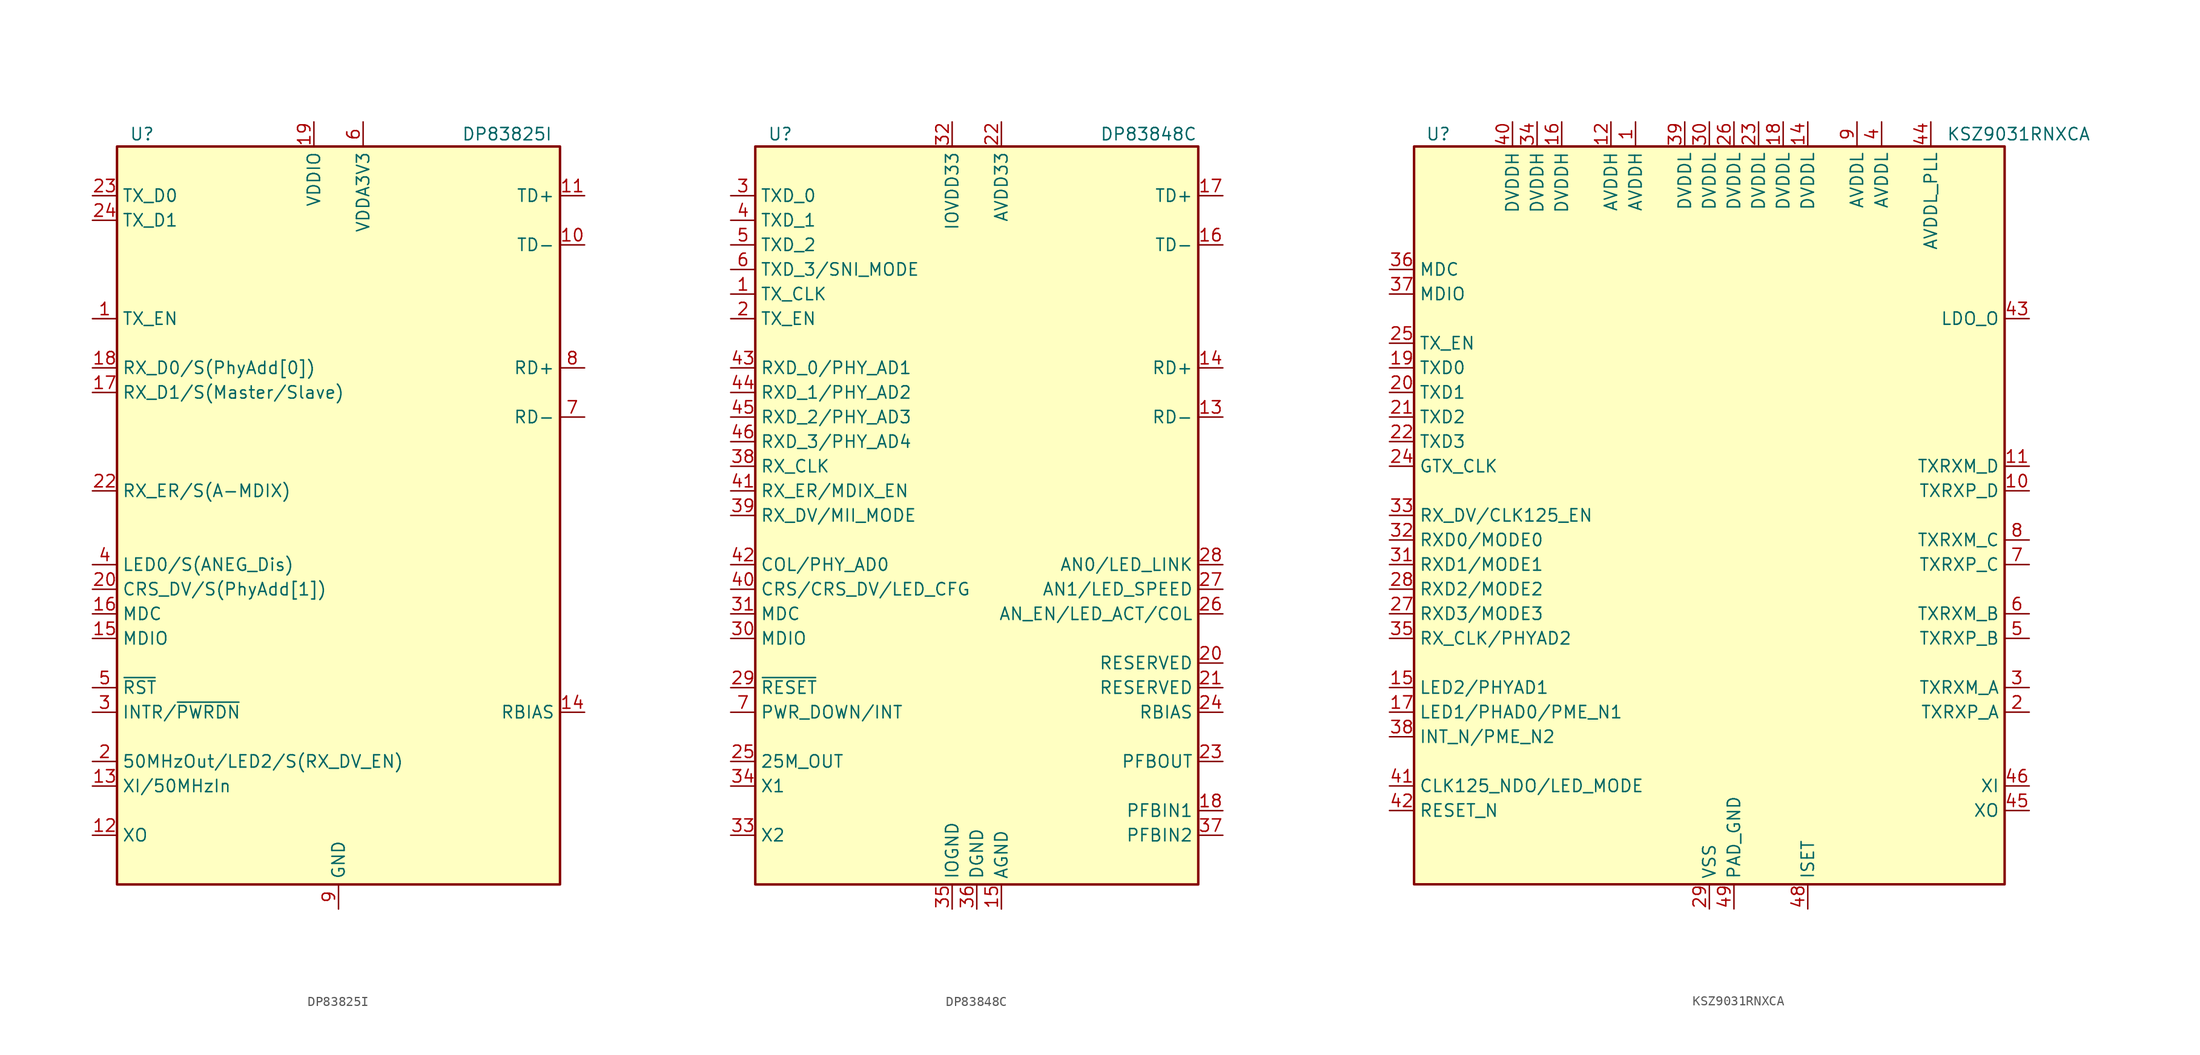
<source format=kicad_sym>
(kicad_symbol_lib
  (version 20241209)
  (generator "kicad_symbol_editor")
  (generator_version "9.0")
  (symbol "DP83825I"
    (property "Reference" "U"
      (at -21.59 39.37 0)
      (effects (font (size 1.27 1.27)) (justify left)))
    (property "Value" "DP83825I"
      (at 12.7 39.37 0)
      (effects (font (size 1.27 1.27)) (justify left)))
    (symbol "DP83825I_0_0"
      (pin input line (at -25.4 -20.32 0) (length 2.54) (name "INTR/~{PWRDN}" (effects (font (size 1.27 1.27)))) (number "3" (effects (font (size 1.27 1.27)))))
      (pin bidirectional line (at -25.4 -25.4 0) (length 2.54) (name "50MHzOut/LED2/S(RX_DV_EN)" (effects (font (size 1.27 1.27)))) (number "2" (effects (font (size 1.27 1.27))))))
    (symbol "DP83825I_0_1"
      (rectangle (start -22.86 38.1) (end 22.86 -38.1) (stroke (width 0.254) (type default)) (fill (type background))))
    (symbol "DP83825I_1_0"
      (pin input line (at -25.4 33.02 0) (length 2.54) (name "TX_D0" (effects (font (size 1.27 1.27)))) (number "23" (effects (font (size 1.27 1.27)))))
      (pin input line (at -25.4 30.48 0) (length 2.54) (name "TX_D1" (effects (font (size 1.27 1.27)))) (number "24" (effects (font (size 1.27 1.27)))))
      (pin input line (at -25.4 20.32 0) (length 2.54) (name "TX_EN" (effects (font (size 1.27 1.27)))) (number "1" (effects (font (size 1.27 1.27)))))
      (pin output line (at -25.4 15.24 0) (length 2.54) (name "RX_D0/S(PhyAdd[0])" (effects (font (size 1.27 1.27)))) (number "18" (effects (font (size 1.27 1.27)))))
      (pin output line (at -25.4 12.7 0) (length 2.54) (name "RX_D1/S(Master/Slave)" (effects (font (size 1.27 1.27)))) (number "17" (effects (font (size 1.27 1.27)))))
      (pin output line (at -25.4 2.54 0) (length 2.54) (name "RX_ER/S(A-MDIX)" (effects (font (size 1.27 1.27)))) (number "22" (effects (font (size 1.27 1.27)))))
      (pin bidirectional line (at -25.4 -5.08 0) (length 2.54) (name "LED0/S(ANEG_Dis)" (effects (font (size 1.27 1.27)))) (number "4" (effects (font (size 1.27 1.27)))))
      (pin input line (at -25.4 -7.62 0) (length 2.54) (name "CRS_DV/S(PhyAdd[1])" (effects (font (size 1.27 1.27)))) (number "20" (effects (font (size 1.27 1.27)))))
      (pin input line (at -25.4 -10.16 0) (length 2.54) (name "MDC" (effects (font (size 1.27 1.27)))) (number "16" (effects (font (size 1.27 1.27)))))
      (pin bidirectional line (at -25.4 -12.7 0) (length 2.54) (name "MDIO" (effects (font (size 1.27 1.27)))) (number "15" (effects (font (size 1.27 1.27)))))
      (pin input line (at -25.4 -17.78 0) (length 2.54) (name "~{RST}" (effects (font (size 1.27 1.27)))) (number "5" (effects (font (size 1.27 1.27)))))
      (pin input line (at -25.4 -27.94 0) (length 2.54) (name "XI/50MHzIn" (effects (font (size 1.27 1.27)))) (number "13" (effects (font (size 1.27 1.27)))))
      (pin output line (at -25.4 -33.02 0) (length 2.54) (name "XO" (effects (font (size 1.27 1.27)))) (number "12" (effects (font (size 1.27 1.27)))))
      (pin power_in line (at -2.54 40.64 270) (length 2.54) (name "VDDIO" (effects (font (size 1.27 1.27)))) (number "19" (effects (font (size 1.27 1.27)))))
      (pin passive line (at 0 -40.64 90) (length 2.54) (hide yes) (name "GND" (effects (font (size 1.27 1.27)))) (number "21" (effects (font (size 1.27 1.27)))))
      (pin passive line (at 0 -40.64 90) (length 2.54) (hide yes) (name "GND" (effects (font (size 1.27 1.27)))) (number "25" (effects (font (size 1.27 1.27)))))
      (pin power_in line (at 0 -40.64 90) (length 2.54) (name "GND" (effects (font (size 1.27 1.27)))) (number "9" (effects (font (size 1.27 1.27)))))
      (pin power_in line (at 2.54 40.64 270) (length 2.54) (name "VDDA3V3" (effects (font (size 1.27 1.27)))) (number "6" (effects (font (size 1.27 1.27)))))
      (pin input line (at 25.4 33.02 180) (length 2.54) (name "TD+" (effects (font (size 1.27 1.27)))) (number "11" (effects (font (size 1.27 1.27)))))
      (pin input line (at 25.4 27.94 180) (length 2.54) (name "TD-" (effects (font (size 1.27 1.27)))) (number "10" (effects (font (size 1.27 1.27)))))
      (pin input line (at 25.4 15.24 180) (length 2.54) (name "RD+" (effects (font (size 1.27 1.27)))) (number "8" (effects (font (size 1.27 1.27)))))
      (pin input line (at 25.4 10.16 180) (length 2.54) (name "RD-" (effects (font (size 1.27 1.27)))) (number "7" (effects (font (size 1.27 1.27)))))
      (pin input line (at 25.4 -20.32 180) (length 2.54) (name "RBIAS" (effects (font (size 1.27 1.27)))) (number "14" (effects (font (size 1.27 1.27)))))))
  (symbol "DP83848C"
    (property "Reference" "U"
      (at -21.59 39.37 0)
      (effects (font (size 1.27 1.27)) (justify left)))
    (property "Value" "DP83848C"
      (at 12.7 39.37 0)
      (effects (font (size 1.27 1.27)) (justify left)))
    (symbol "DP83848C_0_1"
      (rectangle (start -22.86 38.1) (end 22.86 -38.1) (stroke (width 0.254) (type default)) (fill (type background))))
    (symbol "DP83848C_1_1"
      (pin input line (at -25.4 33.02 0) (length 2.54) (name "TXD_0" (effects (font (size 1.27 1.27)))) (number "3" (effects (font (size 1.27 1.27)))))
      (pin input line (at -25.4 30.48 0) (length 2.54) (name "TXD_1" (effects (font (size 1.27 1.27)))) (number "4" (effects (font (size 1.27 1.27)))))
      (pin input line (at -25.4 27.94 0) (length 2.54) (name "TXD_2" (effects (font (size 1.27 1.27)))) (number "5" (effects (font (size 1.27 1.27)))))
      (pin input line (at -25.4 25.4 0) (length 2.54) (name "TXD_3/SNI_MODE" (effects (font (size 1.27 1.27)))) (number "6" (effects (font (size 1.27 1.27)))))
      (pin output line (at -25.4 22.86 0) (length 2.54) (name "TX_CLK" (effects (font (size 1.27 1.27)))) (number "1" (effects (font (size 1.27 1.27)))))
      (pin input line (at -25.4 20.32 0) (length 2.54) (name "TX_EN" (effects (font (size 1.27 1.27)))) (number "2" (effects (font (size 1.27 1.27)))))
      (pin output line (at -25.4 15.24 0) (length 2.54) (name "RXD_0/PHY_AD1" (effects (font (size 1.27 1.27)))) (number "43" (effects (font (size 1.27 1.27)))))
      (pin output line (at -25.4 12.7 0) (length 2.54) (name "RXD_1/PHY_AD2" (effects (font (size 1.27 1.27)))) (number "44" (effects (font (size 1.27 1.27)))))
      (pin output line (at -25.4 10.16 0) (length 2.54) (name "RXD_2/PHY_AD3" (effects (font (size 1.27 1.27)))) (number "45" (effects (font (size 1.27 1.27)))))
      (pin output line (at -25.4 7.62 0) (length 2.54) (name "RXD_3/PHY_AD4" (effects (font (size 1.27 1.27)))) (number "46" (effects (font (size 1.27 1.27)))))
      (pin output line (at -25.4 5.08 0) (length 2.54) (name "RX_CLK" (effects (font (size 1.27 1.27)))) (number "38" (effects (font (size 1.27 1.27)))))
      (pin output line (at -25.4 2.54 0) (length 2.54) (name "RX_ER/MDIX_EN" (effects (font (size 1.27 1.27)))) (number "41" (effects (font (size 1.27 1.27)))))
      (pin output line (at -25.4 0 0) (length 2.54) (name "RX_DV/MII_MODE" (effects (font (size 1.27 1.27)))) (number "39" (effects (font (size 1.27 1.27)))))
      (pin output line (at -25.4 -5.08 0) (length 2.54) (name "COL/PHY_AD0" (effects (font (size 1.27 1.27)))) (number "42" (effects (font (size 1.27 1.27)))))
      (pin output line (at -25.4 -7.62 0) (length 2.54) (name "CRS/CRS_DV/LED_CFG" (effects (font (size 1.27 1.27)))) (number "40" (effects (font (size 1.27 1.27)))))
      (pin input line (at -25.4 -10.16 0) (length 2.54) (name "MDC" (effects (font (size 1.27 1.27)))) (number "31" (effects (font (size 1.27 1.27)))))
      (pin bidirectional line (at -25.4 -12.7 0) (length 2.54) (name "MDIO" (effects (font (size 1.27 1.27)))) (number "30" (effects (font (size 1.27 1.27)))))
      (pin input line (at -25.4 -17.78 0) (length 2.54) (name "~{RESET}" (effects (font (size 1.27 1.27)))) (number "29" (effects (font (size 1.27 1.27)))))
      (pin input line (at -25.4 -20.32 0) (length 2.54) (name "PWR_DOWN/INT" (effects (font (size 1.27 1.27)))) (number "7" (effects (font (size 1.27 1.27)))))
      (pin output line (at -25.4 -25.4 0) (length 2.54) (name "25M_OUT" (effects (font (size 1.27 1.27)))) (number "25" (effects (font (size 1.27 1.27)))))
      (pin input line (at -25.4 -27.94 0) (length 2.54) (name "X1" (effects (font (size 1.27 1.27)))) (number "34" (effects (font (size 1.27 1.27)))))
      (pin output line (at -25.4 -33.02 0) (length 2.54) (name "X2" (effects (font (size 1.27 1.27)))) (number "33" (effects (font (size 1.27 1.27)))))
      (pin power_in line (at -2.54 40.64 270) (length 2.54) (name "IOVDD33" (effects (font (size 1.27 1.27)))) (number "32" (effects (font (size 1.27 1.27)))))
      (pin passive line (at -2.54 40.64 270) (length 2.54) (hide yes) (name "IOVDD33" (effects (font (size 1.27 1.27)))) (number "48" (effects (font (size 1.27 1.27)))))
      (pin power_in line (at -2.54 -40.64 90) (length 2.54) (name "IOGND" (effects (font (size 1.27 1.27)))) (number "35" (effects (font (size 1.27 1.27)))))
      (pin passive line (at -2.54 -40.64 90) (length 2.54) (hide yes) (name "IOGND" (effects (font (size 1.27 1.27)))) (number "47" (effects (font (size 1.27 1.27)))))
      (pin power_in line (at 0 -40.64 90) (length 2.54) (name "DGND" (effects (font (size 1.27 1.27)))) (number "36" (effects (font (size 1.27 1.27)))))
      (pin power_in line (at 2.54 40.64 270) (length 2.54) (name "AVDD33" (effects (font (size 1.27 1.27)))) (number "22" (effects (font (size 1.27 1.27)))))
      (pin power_in line (at 2.54 -40.64 90) (length 2.54) (name "AGND" (effects (font (size 1.27 1.27)))) (number "15" (effects (font (size 1.27 1.27)))))
      (pin passive line (at 2.54 -40.64 90) (length 2.54) (hide yes) (name "AGND" (effects (font (size 1.27 1.27)))) (number "19" (effects (font (size 1.27 1.27)))))
      (pin passive line (at 25.4 33.02 180) (length 2.54) (name "TD+" (effects (font (size 1.27 1.27)))) (number "17" (effects (font (size 1.27 1.27)))))
      (pin passive line (at 25.4 27.94 180) (length 2.54) (name "TD-" (effects (font (size 1.27 1.27)))) (number "16" (effects (font (size 1.27 1.27)))))
      (pin passive line (at 25.4 15.24 180) (length 2.54) (name "RD+" (effects (font (size 1.27 1.27)))) (number "14" (effects (font (size 1.27 1.27)))))
      (pin passive line (at 25.4 10.16 180) (length 2.54) (name "RD-" (effects (font (size 1.27 1.27)))) (number "13" (effects (font (size 1.27 1.27)))))
      (pin output line (at 25.4 -5.08 180) (length 2.54) (name "AN0/LED_LINK" (effects (font (size 1.27 1.27)))) (number "28" (effects (font (size 1.27 1.27)))))
      (pin output line (at 25.4 -7.62 180) (length 2.54) (name "AN1/LED_SPEED" (effects (font (size 1.27 1.27)))) (number "27" (effects (font (size 1.27 1.27)))))
      (pin output line (at 25.4 -10.16 180) (length 2.54) (name "AN_EN/LED_ACT/COL" (effects (font (size 1.27 1.27)))) (number "26" (effects (font (size 1.27 1.27)))))
      (pin passive line (at 25.4 -15.24 180) (length 2.54) (name "RESERVED" (effects (font (size 1.27 1.27)))) (number "20" (effects (font (size 1.27 1.27)))))
      (pin passive line (at 25.4 -17.78 180) (length 2.54) (name "RESERVED" (effects (font (size 1.27 1.27)))) (number "21" (effects (font (size 1.27 1.27)))))
      (pin passive line (at 25.4 -20.32 180) (length 2.54) (name "RBIAS" (effects (font (size 1.27 1.27)))) (number "24" (effects (font (size 1.27 1.27)))))
      (pin passive line (at 25.4 -25.4 180) (length 2.54) (name "PFBOUT" (effects (font (size 1.27 1.27)))) (number "23" (effects (font (size 1.27 1.27)))))
      (pin passive line (at 25.4 -30.48 180) (length 2.54) (name "PFBIN1" (effects (font (size 1.27 1.27)))) (number "18" (effects (font (size 1.27 1.27)))))
      (pin passive line (at 25.4 -33.02 180) (length 2.54) (name "PFBIN2" (effects (font (size 1.27 1.27)))) (number "37" (effects (font (size 1.27 1.27)))))))
  (symbol "KSZ9031RNXCA"
    (property "Reference" "U"
      (at -26.67 39.37 0)
      (effects (font (size 1.27 1.27)) (justify right)))
    (property "Value" "KSZ9031RNXCA"
      (at 39.37 39.37 0)
      (effects (font (size 1.27 1.27)) (justify right)))
    (symbol "KSZ9031RNXCA_0_1"
      (rectangle (start -30.48 38.1) (end 30.48 -38.1) (stroke (width 0.254) (type default)) (fill (type background))))
    (symbol "KSZ9031RNXCA_1_1"
      (pin input line (at -33.02 25.4 0) (length 2.54) (name "MDC" (effects (font (size 1.27 1.27)))) (number "36" (effects (font (size 1.27 1.27)))))
      (pin input line (at -33.02 22.86 0) (length 2.54) (name "MDIO" (effects (font (size 1.27 1.27)))) (number "37" (effects (font (size 1.27 1.27)))))
      (pin input line (at -33.02 17.78 0) (length 2.54) (name "TX_EN" (effects (font (size 1.27 1.27)))) (number "25" (effects (font (size 1.27 1.27)))))
      (pin input line (at -33.02 15.24 0) (length 2.54) (name "TXD0" (effects (font (size 1.27 1.27)))) (number "19" (effects (font (size 1.27 1.27)))))
      (pin input line (at -33.02 12.7 0) (length 2.54) (name "TXD1" (effects (font (size 1.27 1.27)))) (number "20" (effects (font (size 1.27 1.27)))))
      (pin input line (at -33.02 10.16 0) (length 2.54) (name "TXD2" (effects (font (size 1.27 1.27)))) (number "21" (effects (font (size 1.27 1.27)))))
      (pin input line (at -33.02 7.62 0) (length 2.54) (name "TXD3" (effects (font (size 1.27 1.27)))) (number "22" (effects (font (size 1.27 1.27)))))
      (pin input line (at -33.02 5.08 0) (length 2.54) (name "GTX_CLK" (effects (font (size 1.27 1.27)))) (number "24" (effects (font (size 1.27 1.27)))))
      (pin input line (at -33.02 0 0) (length 2.54) (name "RX_DV/CLK125_EN" (effects (font (size 1.27 1.27)))) (number "33" (effects (font (size 1.27 1.27)))))
      (pin input line (at -33.02 -2.54 0) (length 2.54) (name "RXD0/MODE0" (effects (font (size 1.27 1.27)))) (number "32" (effects (font (size 1.27 1.27)))))
      (pin input line (at -33.02 -5.08 0) (length 2.54) (name "RXD1/MODE1" (effects (font (size 1.27 1.27)))) (number "31" (effects (font (size 1.27 1.27)))))
      (pin input line (at -33.02 -7.62 0) (length 2.54) (name "RXD2/MODE2" (effects (font (size 1.27 1.27)))) (number "28" (effects (font (size 1.27 1.27)))))
      (pin input line (at -33.02 -10.16 0) (length 2.54) (name "RXD3/MODE3" (effects (font (size 1.27 1.27)))) (number "27" (effects (font (size 1.27 1.27)))))
      (pin input line (at -33.02 -12.7 0) (length 2.54) (name "RX_CLK/PHYAD2" (effects (font (size 1.27 1.27)))) (number "35" (effects (font (size 1.27 1.27)))))
      (pin bidirectional line (at -33.02 -17.78 0) (length 2.54) (name "LED2/PHYAD1" (effects (font (size 1.27 1.27)))) (number "15" (effects (font (size 1.27 1.27)))))
      (pin bidirectional line (at -33.02 -20.32 0) (length 2.54) (name "LED1/PHAD0/PME_N1" (effects (font (size 1.27 1.27)))) (number "17" (effects (font (size 1.27 1.27)))))
      (pin input line (at -33.02 -22.86 0) (length 2.54) (name "INT_N/PME_N2" (effects (font (size 1.27 1.27)))) (number "38" (effects (font (size 1.27 1.27)))))
      (pin input line (at -33.02 -27.94 0) (length 2.54) (name "CLK125_NDO/LED_MODE" (effects (font (size 1.27 1.27)))) (number "41" (effects (font (size 1.27 1.27)))))
      (pin input line (at -33.02 -30.48 0) (length 2.54) (name "RESET_N" (effects (font (size 1.27 1.27)))) (number "42" (effects (font (size 1.27 1.27)))))
      (pin power_in line (at -20.32 40.64 270) (length 2.54) (name "DVDDH" (effects (font (size 1.27 1.27)))) (number "40" (effects (font (size 1.27 1.27)))))
      (pin power_in line (at -17.78 40.64 270) (length 2.54) (name "DVDDH" (effects (font (size 1.27 1.27)))) (number "34" (effects (font (size 1.27 1.27)))))
      (pin power_in line (at -15.24 40.64 270) (length 2.54) (name "DVDDH" (effects (font (size 1.27 1.27)))) (number "16" (effects (font (size 1.27 1.27)))))
      (pin power_in line (at -10.16 40.64 270) (length 2.54) (name "AVDDH" (effects (font (size 1.27 1.27)))) (number "12" (effects (font (size 1.27 1.27)))))
      (pin power_in line (at -7.62 40.64 270) (length 2.54) (name "AVDDH" (effects (font (size 1.27 1.27)))) (number "1" (effects (font (size 1.27 1.27)))))
      (pin power_in line (at -2.54 40.64 270) (length 2.54) (name "DVDDL" (effects (font (size 1.27 1.27)))) (number "39" (effects (font (size 1.27 1.27)))))
      (pin power_in line (at 0 40.64 270) (length 2.54) (name "DVDDL" (effects (font (size 1.27 1.27)))) (number "30" (effects (font (size 1.27 1.27)))))
      (pin power_in line (at 0 -40.64 90) (length 2.54) (name "VSS" (effects (font (size 1.27 1.27)))) (number "29" (effects (font (size 1.27 1.27)))))
      (pin power_in line (at 2.54 40.64 270) (length 2.54) (name "DVDDL" (effects (font (size 1.27 1.27)))) (number "26" (effects (font (size 1.27 1.27)))))
      (pin power_in line (at 2.54 -40.64 90) (length 2.54) (name "PAD_GND" (effects (font (size 1.27 1.27)))) (number "49" (effects (font (size 1.27 1.27)))))
      (pin power_in line (at 5.08 40.64 270) (length 2.54) (name "DVDDL" (effects (font (size 1.27 1.27)))) (number "23" (effects (font (size 1.27 1.27)))))
      (pin power_in line (at 7.62 40.64 270) (length 2.54) (name "DVDDL" (effects (font (size 1.27 1.27)))) (number "18" (effects (font (size 1.27 1.27)))))
      (pin power_in line (at 10.16 40.64 270) (length 2.54) (name "DVDDL" (effects (font (size 1.27 1.27)))) (number "14" (effects (font (size 1.27 1.27)))))
      (pin output line (at 10.16 -40.64 90) (length 2.54) (name "ISET" (effects (font (size 1.27 1.27)))) (number "48" (effects (font (size 1.27 1.27)))))
      (pin power_in line (at 15.24 40.64 270) (length 2.54) (name "AVDDL" (effects (font (size 1.27 1.27)))) (number "9" (effects (font (size 1.27 1.27)))))
      (pin power_in line (at 17.78 40.64 270) (length 2.54) (name "AVDDL" (effects (font (size 1.27 1.27)))) (number "4" (effects (font (size 1.27 1.27)))))
      (pin power_in line (at 22.86 40.64 270) (length 2.54) (name "AVDDL_PLL" (effects (font (size 1.27 1.27)))) (number "44" (effects (font (size 1.27 1.27)))))
      (pin no_connect line (at 30.48 12.7 180) (length 2.54) (hide yes) (name "NC" (effects (font (size 1.27 1.27)))) (number "13" (effects (font (size 1.27 1.27)))))
      (pin no_connect line (at 30.48 10.16 180) (length 2.54) (hide yes) (name "NC" (effects (font (size 1.27 1.27)))) (number "47" (effects (font (size 1.27 1.27)))))
      (pin input line (at 33.02 20.32 180) (length 2.54) (name "LDO_O" (effects (font (size 1.27 1.27)))) (number "43" (effects (font (size 1.27 1.27)))))
      (pin input line (at 33.02 5.08 180) (length 2.54) (name "TXRXM_D" (effects (font (size 1.27 1.27)))) (number "11" (effects (font (size 1.27 1.27)))))
      (pin input line (at 33.02 2.54 180) (length 2.54) (name "TXRXP_D" (effects (font (size 1.27 1.27)))) (number "10" (effects (font (size 1.27 1.27)))))
      (pin input line (at 33.02 -2.54 180) (length 2.54) (name "TXRXM_C" (effects (font (size 1.27 1.27)))) (number "8" (effects (font (size 1.27 1.27)))))
      (pin input line (at 33.02 -5.08 180) (length 2.54) (name "TXRXP_C" (effects (font (size 1.27 1.27)))) (number "7" (effects (font (size 1.27 1.27)))))
      (pin input line (at 33.02 -10.16 180) (length 2.54) (name "TXRXM_B" (effects (font (size 1.27 1.27)))) (number "6" (effects (font (size 1.27 1.27)))))
      (pin input line (at 33.02 -12.7 180) (length 2.54) (name "TXRXP_B" (effects (font (size 1.27 1.27)))) (number "5" (effects (font (size 1.27 1.27)))))
      (pin input line (at 33.02 -17.78 180) (length 2.54) (name "TXRXM_A" (effects (font (size 1.27 1.27)))) (number "3" (effects (font (size 1.27 1.27)))))
      (pin input line (at 33.02 -20.32 180) (length 2.54) (name "TXRXP_A" (effects (font (size 1.27 1.27)))) (number "2" (effects (font (size 1.27 1.27)))))
      (pin input line (at 33.02 -27.94 180) (length 2.54) (name "XI" (effects (font (size 1.27 1.27)))) (number "46" (effects (font (size 1.27 1.27)))))
      (pin input line (at 33.02 -30.48 180) (length 2.54) (name "XO" (effects (font (size 1.27 1.27)))) (number "45" (effects (font (size 1.27 1.27))))))))
</source>
